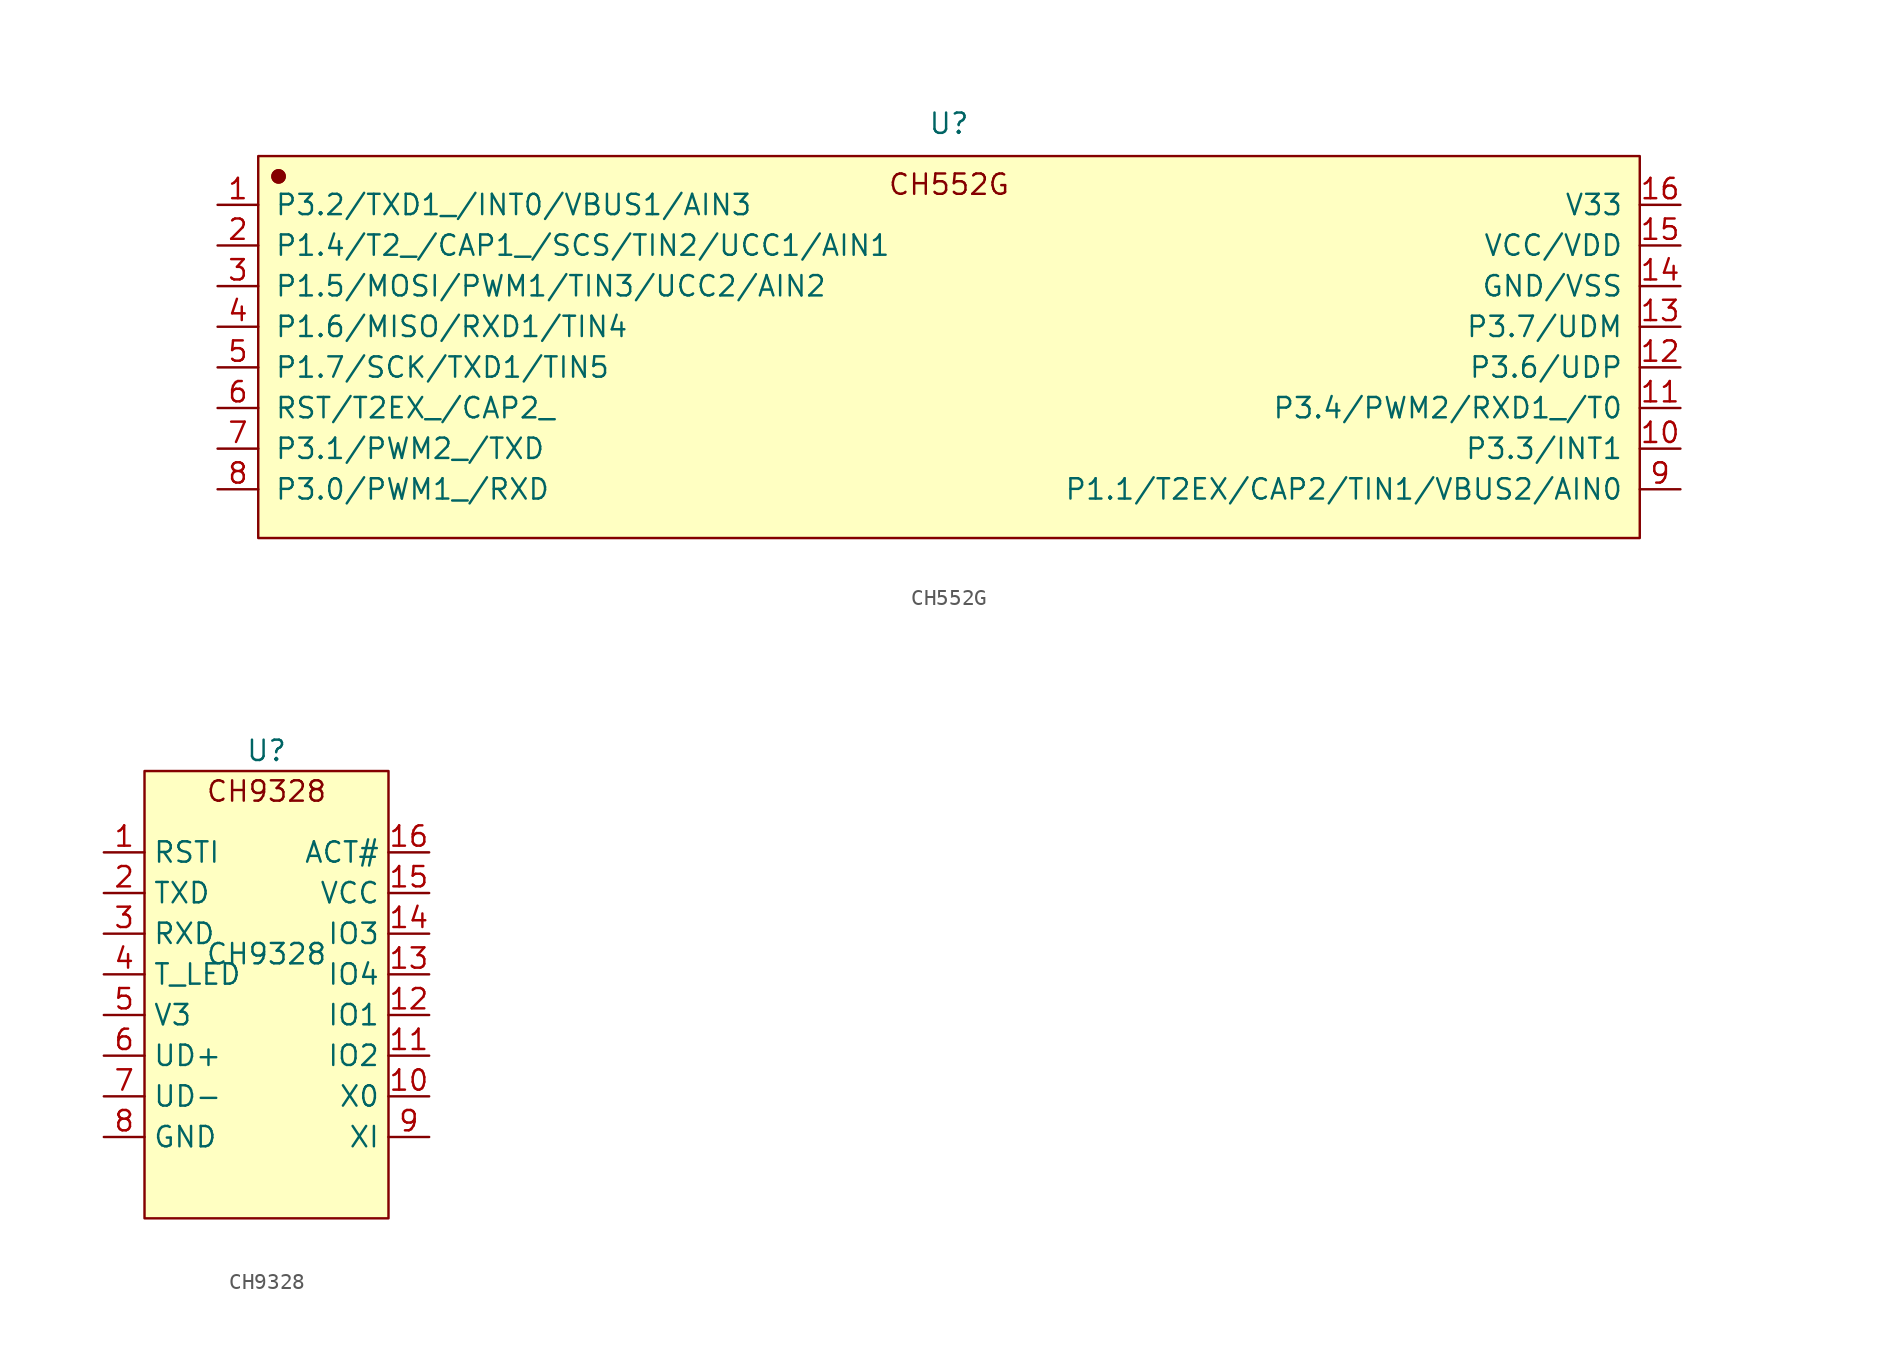
<source format=kicad_sym>
(kicad_symbol_lib
  (version 20220914)
  (generator kicad_symbol_editor)
  (symbol "CH552G"
    (pin_names
      (offset 1.016))
    (property "Reference" "U"
      (at 0 13.97 0)
      (effects (font (size 1.27 1.27))))
    (symbol "CH552G_1_0"
      (text "CH552G" (at 0 10.16 0) (effects (font (size 1.27 1.27)))))
    (symbol "CH552G_1_1"
      (rectangle (start -43.18 11.938) (end 43.18 -11.938) (stroke (width 0.152) (type solid)) (fill (type background)))
      (circle (center -41.91 10.668) (radius 0.381) (stroke (width 0.152) (type solid)) (fill (type outline)))
      (circle (center -41.91 10.668) (radius 0.381) (stroke (width 0.152) (type solid)) (fill (type outline)))
      (pin bidirectional line (at -45.72 8.89 0) (length 2.54) (name "P3.2/TXD1_/INT0/VBUS1/AIN3" (effects (font (size 1.27 1.27)))) (number "1" (effects (font (size 1.27 1.27)))))
      (pin bidirectional line (at 45.72 -6.35 180) (length 2.54) (name "P3.3/INT1" (effects (font (size 1.27 1.27)))) (number "10" (effects (font (size 1.27 1.27)))))
      (pin bidirectional line (at 45.72 -3.81 180) (length 2.54) (name "P3.4/PWM2/RXD1_/T0" (effects (font (size 1.27 1.27)))) (number "11" (effects (font (size 1.27 1.27)))))
      (pin bidirectional line (at 45.72 -1.27 180) (length 2.54) (name "P3.6/UDP" (effects (font (size 1.27 1.27)))) (number "12" (effects (font (size 1.27 1.27)))))
      (pin bidirectional line (at 45.72 1.27 180) (length 2.54) (name "P3.7/UDM" (effects (font (size 1.27 1.27)))) (number "13" (effects (font (size 1.27 1.27)))))
      (pin power_in line (at 45.72 3.81 180) (length 2.54) (name "GND/VSS" (effects (font (size 1.27 1.27)))) (number "14" (effects (font (size 1.27 1.27)))))
      (pin power_in line (at 45.72 6.35 180) (length 2.54) (name "VCC/VDD" (effects (font (size 1.27 1.27)))) (number "15" (effects (font (size 1.27 1.27)))))
      (pin power_out line (at 45.72 8.89 180) (length 2.54) (name "V33" (effects (font (size 1.27 1.27)))) (number "16" (effects (font (size 1.27 1.27)))))
      (pin bidirectional line (at -45.72 6.35 0) (length 2.54) (name "P1.4/T2_/CAP1_/SCS/TIN2/UCC1/AIN1" (effects (font (size 1.27 1.27)))) (number "2" (effects (font (size 1.27 1.27)))))
      (pin bidirectional line (at -45.72 3.81 0) (length 2.54) (name "P1.5/MOSI/PWM1/TIN3/UCC2/AIN2" (effects (font (size 1.27 1.27)))) (number "3" (effects (font (size 1.27 1.27)))))
      (pin bidirectional line (at -45.72 1.27 0) (length 2.54) (name "P1.6/MISO/RXD1/TIN4" (effects (font (size 1.27 1.27)))) (number "4" (effects (font (size 1.27 1.27)))))
      (pin bidirectional line (at -45.72 -1.27 0) (length 2.54) (name "P1.7/SCK/TXD1/TIN5" (effects (font (size 1.27 1.27)))) (number "5" (effects (font (size 1.27 1.27)))))
      (pin bidirectional line (at -45.72 -3.81 0) (length 2.54) (name "RST/T2EX_/CAP2_" (effects (font (size 1.27 1.27)))) (number "6" (effects (font (size 1.27 1.27)))))
      (pin bidirectional line (at -45.72 -6.35 0) (length 2.54) (name "P3.1/PWM2_/TXD" (effects (font (size 1.27 1.27)))) (number "7" (effects (font (size 1.27 1.27)))))
      (pin bidirectional line (at -45.72 -8.89 0) (length 2.54) (name "P3.0/PWM1_/RXD" (effects (font (size 1.27 1.27)))) (number "8" (effects (font (size 1.27 1.27)))))
      (pin bidirectional line (at 45.72 -8.89 180) (length 2.54) (name "P1.1/T2EX/CAP2/TIN1/VBUS2/AIN0" (effects (font (size 1.27 1.27)))) (number "9" (effects (font (size 1.27 1.27)))))))
  (symbol "CH9328"
    (property "Reference" "U"
      (at 0 15.24 0)
      (effects (font (size 1.27 1.27))))
    (property "Value" "CH9328"
      (at 0 2.54 0)
      (effects (font (size 1.27 1.27))))
    (symbol "CH9328_0_0"
      (pin input line (at -10.16 8.89 0) (length 2.54) (name "RSTI" (effects (font (size 1.27 1.27)))) (number "1" (effects (font (size 1.27 1.27)))))
      (pin output line (at 10.16 -6.35 180) (length 2.54) (name "X0" (effects (font (size 1.27 1.27)))) (number "10" (effects (font (size 1.27 1.27)))))
      (pin bidirectional line (at 10.16 -3.81 180) (length 2.54) (name "IO2" (effects (font (size 1.27 1.27)))) (number "11" (effects (font (size 1.27 1.27)))))
      (pin bidirectional line (at 10.16 -1.27 180) (length 2.54) (name "IO1" (effects (font (size 1.27 1.27)))) (number "12" (effects (font (size 1.27 1.27)))))
      (pin bidirectional line (at 10.16 1.27 180) (length 2.54) (name "IO4" (effects (font (size 1.27 1.27)))) (number "13" (effects (font (size 1.27 1.27)))))
      (pin bidirectional line (at 10.16 3.81 180) (length 2.54) (name "IO3" (effects (font (size 1.27 1.27)))) (number "14" (effects (font (size 1.27 1.27)))))
      (pin power_in line (at 10.16 6.35 180) (length 2.54) (name "VCC" (effects (font (size 1.27 1.27)))) (number "15" (effects (font (size 1.27 1.27)))))
      (pin output line (at 10.16 8.89 180) (length 2.54) (name "ACT#" (effects (font (size 1.27 1.27)))) (number "16" (effects (font (size 1.27 1.27)))))
      (pin output line (at -10.16 6.35 0) (length 2.54) (name "TXD" (effects (font (size 1.27 1.27)))) (number "2" (effects (font (size 1.27 1.27)))))
      (pin input line (at -10.16 3.81 0) (length 2.54) (name "RXD" (effects (font (size 1.27 1.27)))) (number "3" (effects (font (size 1.27 1.27)))))
      (pin output line (at -10.16 1.27 0) (length 2.54) (name "T_LED" (effects (font (size 1.27 1.27)))) (number "4" (effects (font (size 1.27 1.27)))))
      (pin power_in line (at -10.16 -1.27 0) (length 2.54) (name "V3" (effects (font (size 1.27 1.27)))) (number "5" (effects (font (size 1.27 1.27)))))
      (pin bidirectional line (at -10.16 -3.81 0) (length 2.54) (name "UD+" (effects (font (size 1.27 1.27)))) (number "6" (effects (font (size 1.27 1.27)))))
      (pin bidirectional line (at -10.16 -6.35 0) (length 2.54) (name "UD-" (effects (font (size 1.27 1.27)))) (number "7" (effects (font (size 1.27 1.27)))))
      (pin power_in line (at -10.16 -8.89 0) (length 2.54) (name "GND" (effects (font (size 1.27 1.27)))) (number "8" (effects (font (size 1.27 1.27)))))
      (pin input line (at 10.16 -8.89 180) (length 2.54) (name "XI" (effects (font (size 1.27 1.27)))) (number "9" (effects (font (size 1.27 1.27))))))
    (symbol "CH9328_1_1"
      (rectangle (start -7.62 13.97) (end 7.62 -13.97) (stroke (width 0) (type default)) (fill (type background)))
      (text "CH9328" (at 0 12.7 0) (effects (font (size 1.27 1.27)))))))
</source>
